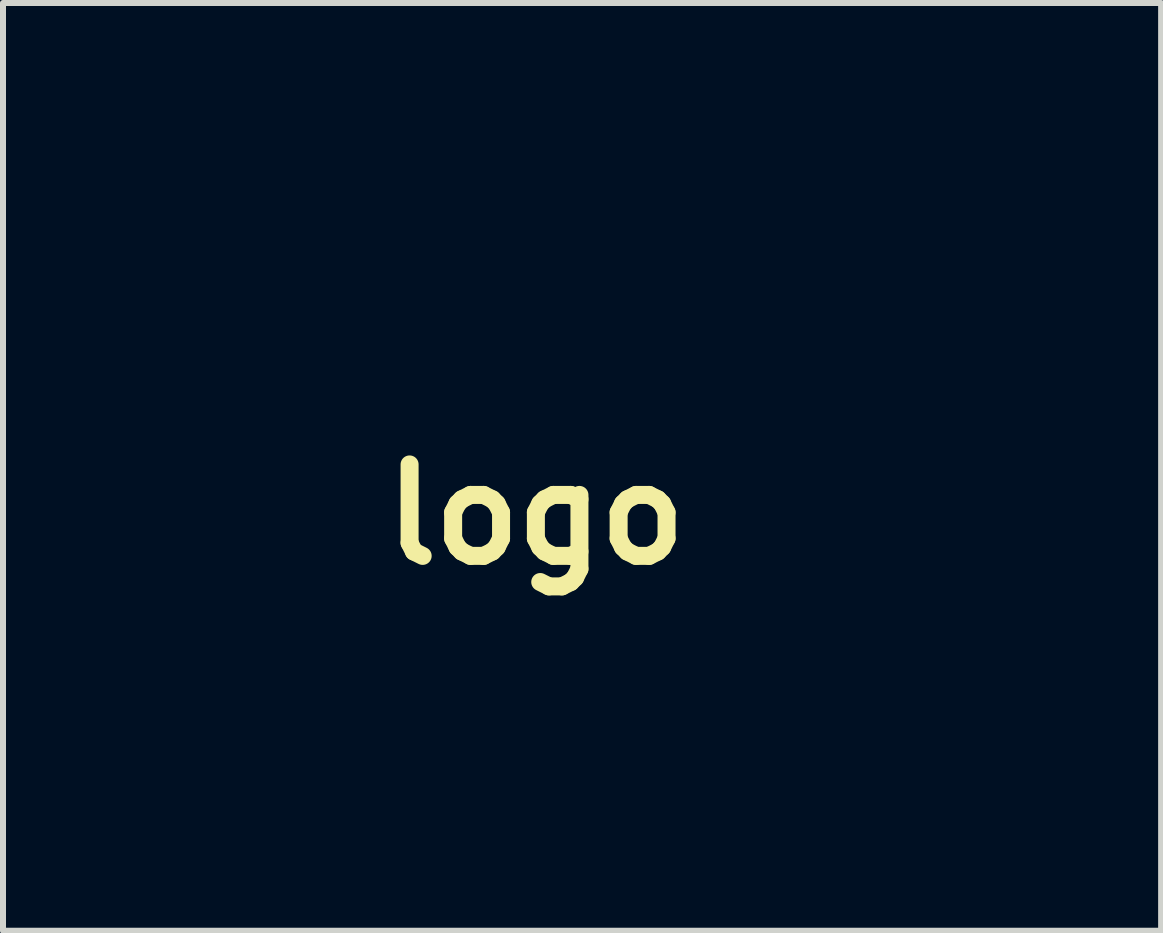
<source format=kicad_pcb>
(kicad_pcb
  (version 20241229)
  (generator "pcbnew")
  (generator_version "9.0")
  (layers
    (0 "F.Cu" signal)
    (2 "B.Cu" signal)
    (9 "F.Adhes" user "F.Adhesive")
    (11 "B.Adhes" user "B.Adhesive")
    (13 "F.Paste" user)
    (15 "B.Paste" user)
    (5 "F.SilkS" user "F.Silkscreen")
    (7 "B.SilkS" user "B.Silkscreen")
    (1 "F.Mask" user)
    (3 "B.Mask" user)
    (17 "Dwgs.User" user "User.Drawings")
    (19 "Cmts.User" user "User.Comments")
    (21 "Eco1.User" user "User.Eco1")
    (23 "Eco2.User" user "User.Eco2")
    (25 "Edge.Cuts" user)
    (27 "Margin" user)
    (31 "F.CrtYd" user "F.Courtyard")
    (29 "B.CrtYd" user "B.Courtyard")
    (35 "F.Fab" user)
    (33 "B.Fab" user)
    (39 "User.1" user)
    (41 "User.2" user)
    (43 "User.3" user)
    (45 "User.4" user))
  (footprint "logo"
    (layer "F.Cu")
    (at 5.88 5.524)
    (property "Reference" "logo" (at 0 0 0) (layer "F.SilkS") (effects (font (size 1.524 1.524) (thickness 0.3))))
    (attr through_hole)
    (fp_poly (pts (xy 5.453 0.377) (xy 5.456 0.405) (xy 5.453 0.408) (xy 5.437 0.405) (xy 5.436 0.393) (xy 5.445 0.374) (xy 5.453 0.377)) (stroke (width 0.01) (type solid)) (fill no) (layer "Eco2.User"))
    (fp_poly (pts (xy 6.113 -5.511) (xy 6.116 -5.484) (xy 6.113 -5.48) (xy 6.098 -5.483) (xy 6.096 -5.496) (xy 6.105 -5.515) (xy 6.113 -5.511)) (stroke (width 0.01) (type solid)) (fill no) (layer "Eco2.User"))
    (fp_poly (pts (xy 5.563 -5.507) (xy 5.587 -5.486) (xy 5.588 -5.483) (xy 5.568 -5.473) (xy 5.563 -5.473) (xy 5.538 -5.49) (xy 5.537 -5.497) (xy 5.553 -5.511) (xy 5.563 -5.507)) (stroke (width 0.01) (type solid)) (fill no) (layer "Eco2.User"))
    (fp_poly (pts (xy 5.842 -5.501) (xy 5.842 -5.496) (xy 5.822 -5.473) (xy 5.815 -5.473) (xy 5.8 -5.487) (xy 5.804 -5.496) (xy 5.827 -5.518) (xy 5.831 -5.519) (xy 5.842 -5.501)) (stroke (width 0.01) (type solid)) (fill no) (layer "Eco2.User"))
    (fp_poly (pts (xy 7.263 -5.479) (xy 7.264 -5.473) (xy 7.256 -5.45) (xy 7.253 -5.449) (xy 7.232 -5.466) (xy 7.226 -5.473) (xy 7.228 -5.494) (xy 7.237 -5.496) (xy 7.263 -5.479)) (stroke (width 0.01) (type solid)) (fill no) (layer "Eco2.User"))
    (fp_poly (pts (xy 7.413 -5.508) (xy 7.412 -5.494) (xy 7.38 -5.459) (xy 7.368 -5.454) (xy 7.344 -5.46) (xy 7.345 -5.474) (xy 7.378 -5.509) (xy 7.39 -5.514) (xy 7.413 -5.508)) (stroke (width 0.01) (type solid)) (fill no) (layer "Eco2.User"))
    (fp_poly (pts (xy -1.089 2.045) (xy -1.032 2.056) (xy -1 2.071) (xy -0.959 2.106) (xy -0.939 2.143) (xy -0.946 2.167) (xy -0.959 2.171) (xy -0.983 2.188) (xy -1.021 2.234) (xy -1.041 2.263) (xy -1.085 2.318) (xy -1.123 2.351) (xy -1.136 2.355) (xy -1.166 2.37) (xy -1.168 2.378) (xy -1.188 2.4) (xy -1.245 2.391) (xy -1.333 2.355) (xy -1.404 2.327) (xy -1.46 2.31) (xy -1.472 2.309) (xy -1.519 2.293) (xy -1.578 2.254) (xy -1.634 2.205) (xy -1.67 2.16) (xy -1.676 2.141) (xy -1.653 2.104) (xy -1.581 2.075) (xy -1.46 2.055) (xy -1.298 2.044) (xy -1.174 2.041) (xy -1.089 2.045)) (stroke (width 0.01) (type solid)) (fill no) (layer "Eco2.User"))
    (fp_poly (pts (xy -0.26 -4.684) (xy -0.166 -4.682) (xy 0.022 -4.675) (xy 0.174 -4.664) (xy 0.303 -4.647) (xy 0.424 -4.62) (xy 0.552 -4.581) (xy 0.648 -4.547) (xy 0.69 -4.533) (xy 0.769 -4.506) (xy 0.875 -4.471) (xy 0.997 -4.43) (xy 1.029 -4.42) (xy 1.151 -4.379) (xy 1.256 -4.342) (xy 1.335 -4.312) (xy 1.379 -4.294) (xy 1.383 -4.291) (xy 1.428 -4.274) (xy 1.448 -4.272) (xy 1.493 -4.261) (xy 1.573 -4.23) (xy 1.679 -4.184) (xy 1.803 -4.126) (xy 1.937 -4.062) (xy 2.071 -3.995) (xy 2.198 -3.929) (xy 2.309 -3.869) (xy 2.396 -3.818) (xy 2.449 -3.781) (xy 2.452 -3.779) (xy 2.489 -3.749) (xy 2.549 -3.704) (xy 2.578 -3.683) (xy 2.645 -3.632) (xy 2.7 -3.585) (xy 2.715 -3.571) (xy 2.76 -3.525) (xy 2.818 -3.47) (xy 2.826 -3.463) (xy 2.881 -3.407) (xy 2.948 -3.334) (xy 2.988 -3.286) (xy 3.041 -3.225) (xy 3.083 -3.18) (xy 3.101 -3.163) (xy 3.127 -3.131) (xy 3.159 -3.07) (xy 3.191 -2.996) (xy 3.215 -2.926) (xy 3.226 -2.874) (xy 3.226 -2.872) (xy 3.238 -2.808) (xy 3.261 -2.752) (xy 3.285 -2.703) (xy 3.319 -2.624) (xy 3.358 -2.528) (xy 3.375 -2.484) (xy 3.42 -2.379) (xy 3.468 -2.288) (xy 3.512 -2.224) (xy 3.522 -2.213) (xy 3.574 -2.168) (xy 3.598 -2.161) (xy 3.592 -2.192) (xy 3.557 -2.261) (xy 3.556 -2.263) (xy 3.502 -2.36) (xy 3.586 -2.344) (xy 3.751 -2.3) (xy 3.9 -2.226) (xy 3.924 -2.211) (xy 4.013 -2.147) (xy 4.107 -2.073) (xy 4.194 -1.995) (xy 4.266 -1.925) (xy 4.311 -1.87) (xy 4.32 -1.854) (xy 4.355 -1.813) (xy 4.403 -1.799) (xy 4.428 -1.807) (xy 4.452 -1.799) (xy 4.473 -1.786) (xy 4.519 -1.763) (xy 4.591 -1.74) (xy 4.613 -1.734) (xy 4.705 -1.703) (xy 4.796 -1.66) (xy 4.811 -1.651) (xy 4.872 -1.616) (xy 4.915 -1.595) (xy 4.924 -1.593) (xy 4.957 -1.574) (xy 5.002 -1.525) (xy 5.052 -1.458) (xy 5.097 -1.385) (xy 5.131 -1.318) (xy 5.141 -1.285) (xy 5.157 -1.213) (xy 5.171 -1.173) (xy 5.188 -1.154) (xy 5.19 -1.152) (xy 5.204 -1.121) (xy 5.212 -1.059) (xy 5.215 -0.983) (xy 5.212 -0.907) (xy 5.203 -0.848) (xy 5.199 -0.837) (xy 5.191 -0.798) (xy 5.215 -0.785) (xy 5.224 -0.785) (xy 5.282 -0.775) (xy 5.334 -0.755) (xy 5.399 -0.73) (xy 5.483 -0.701) (xy 5.509 -0.693) (xy 5.626 -0.642) (xy 5.723 -0.56) (xy 5.808 -0.44) (xy 5.825 -0.409) (xy 5.856 -0.346) (xy 5.877 -0.287) (xy 5.888 -0.219) (xy 5.894 -0.128) (xy 5.897 -0.032) (xy 5.897 0.079) (xy 5.893 0.181) (xy 5.887 0.26) (xy 5.882 0.295) (xy 5.85 0.364) (xy 5.804 0.398) (xy 5.75 0.393) (xy 5.726 0.376) (xy 5.663 0.346) (xy 5.556 0.332) (xy 5.533 0.331) (xy 5.449 0.329) (xy 5.405 0.335) (xy 5.387 0.351) (xy 5.385 0.368) (xy 5.404 0.413) (xy 5.444 0.454) (xy 5.496 0.512) (xy 5.545 0.602) (xy 5.586 0.712) (xy 5.614 0.828) (xy 5.624 0.935) (xy 5.617 1.058) (xy 5.6 1.176) (xy 5.574 1.275) (xy 5.543 1.344) (xy 5.533 1.357) (xy 5.498 1.4) (xy 5.452 1.465) (xy 5.429 1.501) (xy 5.389 1.552) (xy 5.322 1.626) (xy 5.236 1.712) (xy 5.141 1.804) (xy 5.045 1.893) (xy 4.957 1.972) (xy 4.885 2.03) (xy 4.841 2.06) (xy 4.815 2.069) (xy 4.805 2.054) (xy 4.81 2.006) (xy 4.814 1.979) (xy 4.82 1.903) (xy 4.806 1.863) (xy 4.803 1.86) (xy 4.783 1.828) (xy 4.775 1.774) (xy 4.771 1.712) (xy 4.758 1.627) (xy 4.752 1.593) (xy 4.805 1.593) (xy 4.809 1.626) (xy 4.817 1.622) (xy 4.821 1.575) (xy 4.817 1.564) (xy 4.808 1.562) (xy 4.805 1.593) (xy 4.752 1.593) (xy 4.746 1.556) (xy 4.729 1.489) (xy 4.775 1.489) (xy 4.788 1.501) (xy 4.801 1.489) (xy 4.788 1.478) (xy 4.775 1.489) (xy 4.729 1.489) (xy 4.725 1.47) (xy 4.698 1.413) (xy 4.655 1.367) (xy 4.617 1.338) (xy 4.518 1.266) (xy 4.535 1.412) (xy 4.545 1.49) (xy 4.552 1.547) (xy 4.555 1.57) (xy 4.554 1.617) (xy 4.543 1.694) (xy 4.526 1.787) (xy 4.505 1.881) (xy 4.483 1.961) (xy 4.473 1.991) (xy 4.447 2.061) (xy 4.43 2.114) (xy 4.426 2.131) (xy 4.412 2.18) (xy 4.375 2.255) (xy 4.324 2.343) (xy 4.265 2.434) (xy 4.206 2.514) (xy 4.157 2.57) (xy 4.088 2.632) (xy 4.035 2.669) (xy 4.004 2.68) (xy 3.999 2.661) (xy 4.012 2.634) (xy 4.034 2.579) (xy 4.033 2.516) (xy 4.008 2.436) (xy 3.957 2.332) (xy 3.923 2.27) (xy 3.791 2.058) (xy 3.662 1.887) (xy 3.537 1.757) (xy 3.419 1.669) (xy 3.307 1.625) (xy 3.23 1.621) (xy 3.162 1.628) (xy 3.166 1.824) (xy 3.168 1.934) (xy 3.171 2.069) (xy 3.174 2.208) (xy 3.176 2.286) (xy 3.171 2.489) (xy 3.149 2.7) (xy 3.111 2.907) (xy 3.06 3.1) (xy 3 3.266) (xy 2.957 3.351) (xy 2.928 3.393) (xy 2.879 3.453) (xy 2.819 3.522) (xy 2.756 3.592) (xy 2.698 3.652) (xy 2.652 3.696) (xy 2.629 3.713) (xy 2.627 3.712) (xy 2.63 3.688) (xy 2.647 3.635) (xy 2.66 3.6) (xy 2.678 3.549) (xy 2.687 3.503) (xy 2.686 3.45) (xy 2.676 3.377) (xy 2.656 3.271) (xy 2.655 3.266) (xy 2.633 3.167) (xy 2.629 3.152) (xy 2.845 3.152) (xy 2.857 3.163) (xy 2.87 3.152) (xy 2.857 3.14) (xy 2.845 3.152) (xy 2.629 3.152) (xy 2.612 3.085) (xy 2.595 3.03) (xy 2.587 3.015) (xy 2.568 2.974) (xy 2.565 2.95) (xy 2.555 2.906) (xy 2.528 2.832) (xy 2.489 2.738) (xy 2.443 2.637) (xy 2.396 2.54) (xy 2.352 2.458) (xy 2.318 2.404) (xy 2.281 2.347) (xy 2.262 2.302) (xy 2.261 2.294) (xy 2.248 2.266) (xy 2.239 2.263) (xy 2.214 2.244) (xy 2.183 2.2) (xy 2.183 2.199) (xy 2.145 2.14) (xy 2.093 2.071) (xy 2.077 2.052) (xy 2.035 1.997) (xy 2.01 1.955) (xy 2.007 1.945) (xy 1.989 1.912) (xy 1.972 1.896) (xy 1.94 1.886) (xy 1.905 1.909) (xy 1.883 1.933) (xy 1.835 1.993) (xy 1.784 2.06) (xy 1.74 2.121) (xy 1.71 2.167) (xy 1.702 2.183) (xy 1.686 2.209) (xy 1.647 2.254) (xy 1.598 2.302) (xy 1.565 2.33) (xy 1.536 2.354) (xy 1.499 2.386) (xy 1.45 2.434) (xy 1.381 2.502) (xy 1.287 2.596) (xy 1.254 2.629) (xy 1.181 2.697) (xy 1.109 2.754) (xy 1.055 2.788) (xy 0.994 2.821) (xy 0.953 2.852) (xy 0.953 2.853) (xy 0.912 2.884) (xy 0.826 2.933) (xy 0.695 3) (xy 0.521 3.085) (xy 0.443 3.124) (xy 0.38 3.158) (xy 0.356 3.174) (xy 0.316 3.195) (xy 0.242 3.228) (xy 0.146 3.266) (xy 0.089 3.288) (xy -0.044 3.332) (xy -0.184 3.368) (xy -0.32 3.394) (xy -0.439 3.408) (xy -0.532 3.408) (xy -0.578 3.398) (xy -0.628 3.383) (xy -0.707 3.367) (xy -0.756 3.36) (xy -0.863 3.338) (xy -0.935 3.303) (xy -0.965 3.259) (xy -0.965 3.253) (xy -0.956 3.234) (xy -0.92 3.219) (xy -0.85 3.207) (xy -0.793 3.2) (xy -0.693 3.182) (xy -0.621 3.155) (xy -0.586 3.124) (xy -0.584 3.116) (xy -0.564 3.097) (xy -0.546 3.094) (xy -0.512 3.08) (xy -0.508 3.069) (xy -0.491 3.041) (xy -0.446 2.992) (xy -0.381 2.93) (xy -0.363 2.913) (xy -0.285 2.84) (xy -0.214 2.768) (xy -0.164 2.712) (xy -0.16 2.707) (xy -0.103 2.632) (xy -0.172 2.647) (xy -0.238 2.668) (xy -0.279 2.69) (xy -0.325 2.715) (xy -0.407 2.75) (xy -0.512 2.792) (xy -0.628 2.835) (xy -0.742 2.875) (xy -0.843 2.908) (xy -0.917 2.928) (xy -1.015 2.947) (xy -1.128 2.962) (xy -1.171 2.967) (xy -1.232 2.97) (xy -1.286 2.967) (xy -1.343 2.954) (xy -1.415 2.927) (xy -1.515 2.883) (xy -1.584 2.852) (xy -1.696 2.802) (xy -1.794 2.762) (xy -1.869 2.735) (xy -1.91 2.725) (xy -1.96 2.719) (xy -2.041 2.706) (xy -2.129 2.688) (xy -2.232 2.665) (xy -2.328 2.645) (xy -2.388 2.632) (xy -2.533 2.599) (xy -2.653 2.566) (xy -2.767 2.527) (xy -2.897 2.475) (xy -2.966 2.445) (xy -3.073 2.4) (xy -3.165 2.363) (xy -3.232 2.339) (xy -3.261 2.332) (xy -3.288 2.339) (xy -3.307 2.363) (xy -3.321 2.413) (xy -3.333 2.496) (xy -3.342 2.593) (xy -3.344 2.71) (xy -3.336 2.845) (xy -3.319 2.984) (xy -3.295 3.112) (xy -3.266 3.215) (xy -3.254 3.244) (xy -3.223 3.312) (xy -3.178 3.42) (xy -3.123 3.552) (xy -3.088 3.613) (xy -3.034 3.688) (xy -2.995 3.735) (xy -2.945 3.793) (xy -2.914 3.838) (xy -2.908 3.855) (xy -2.937 3.866) (xy -2.995 3.875) (xy -3 3.875) (xy -3.066 3.884) (xy -3.109 3.9) (xy -3.11 3.9) (xy -3.159 3.916) (xy -3.246 3.927) (xy -3.36 3.932) (xy -3.488 3.931) (xy -3.607 3.924) (xy -3.724 3.91) (xy -3.855 3.89) (xy -3.989 3.864) (xy -4.114 3.837) (xy -4.219 3.809) (xy -4.292 3.785) (xy -4.316 3.772) (xy -4.455 3.663) (xy -4.558 3.575) (xy -4.628 3.504) (xy -4.66 3.464) (xy -4.717 3.364) (xy -4.768 3.251) (xy -4.77 3.244) (xy -4.013 3.244) (xy -4 3.256) (xy -3.988 3.244) (xy -4 3.233) (xy -4.013 3.244) (xy -4.77 3.244) (xy -4.803 3.143) (xy -4.806 3.132) (xy -4.089 3.132) (xy -4.077 3.166) (xy -4.052 3.179) (xy -4.042 3.175) (xy -4.046 3.151) (xy -4.059 3.135) (xy -4.085 3.122) (xy -4.089 3.132) (xy -4.806 3.132) (xy -4.814 3.087) (xy -4.825 3.017) (xy -4.138 3.017) (xy -4.124 3.059) (xy -4.106 3.085) (xy -4.097 3.085) (xy -4.098 3.06) (xy -4.112 3.032) (xy -4.134 3.005) (xy -4.138 3.017) (xy -4.825 3.017) (xy -4.825 3.017) (xy -4.841 2.932) (xy -4.843 2.923) (xy -4.162 2.923) (xy -4.149 2.959) (xy -4.131 2.979) (xy -4.131 2.979) (xy -4.127 2.96) (xy -4.133 2.932) (xy -4.149 2.899) (xy -4.159 2.896) (xy -4.162 2.923) (xy -4.843 2.923) (xy -4.846 2.908) (xy -4.851 2.869) (xy -3.799 2.869) (xy -3.79 2.91) (xy -3.773 2.967) (xy -3.764 2.913) (xy -3.763 2.866) (xy -3.77 2.846) (xy -3.792 2.84) (xy -3.799 2.869) (xy -4.851 2.869) (xy -4.854 2.84) (xy -4.166 2.84) (xy -4.156 2.859) (xy -4.149 2.856) (xy -4.146 2.828) (xy -4.149 2.825) (xy -4.164 2.828) (xy -4.166 2.84) (xy -4.854 2.84) (xy -4.858 2.816) (xy -4.86 2.759) (xy -3.805 2.759) (xy -3.802 2.799) (xy -3.794 2.802) (xy -3.793 2.8) (xy -3.788 2.754) (xy -3.792 2.731) (xy -3.8 2.722) (xy -3.805 2.752) (xy -3.805 2.759) (xy -4.86 2.759) (xy -4.862 2.702) (xy -4.166 2.702) (xy -4.156 2.721) (xy -4.149 2.717) (xy -4.146 2.69) (xy -4.149 2.686) (xy -4.164 2.689) (xy -4.166 2.702) (xy -4.862 2.702) (xy -4.863 2.688) (xy -4.861 2.535) (xy -4.854 2.366) (xy -4.846 2.249) (xy -4.341 2.249) (xy -4.337 2.279) (xy -4.328 2.28) (xy -4.322 2.249) (xy -4.326 2.235) (xy -4.337 2.227) (xy -4.341 2.249) (xy -4.846 2.249) (xy -4.842 2.192) (xy -4.824 2.022) (xy -4.802 1.867) (xy -4.801 1.859) (xy -4.782 1.744) (xy -4.767 1.647) (xy -3.421 1.647) (xy -3.417 1.661) (xy -3.404 1.663) (xy -3.383 1.654) (xy -3.387 1.647) (xy -3.417 1.644) (xy -3.421 1.647) (xy -4.767 1.647) (xy -4.762 1.616) (xy -4.75 1.535) (xy -4.737 1.449) (xy -4.723 1.379) (xy -4.713 1.339) (xy -4.713 1.339) (xy -4.723 1.304) (xy -4.772 1.275) (xy -4.802 1.258) (xy -3.886 1.258) (xy -3.873 1.27) (xy -3.861 1.258) (xy -3.873 1.247) (xy -3.886 1.258) (xy -4.802 1.258) (xy -4.85 1.232) (xy -4.951 1.16) (xy -5.068 1.065) (xy -5.192 0.953) (xy -5.316 0.831) (xy -5.38 0.764) (xy -5.442 0.697) (xy -5.494 0.642) (xy -5.524 0.611) (xy -5.524 0.61) (xy -5.545 0.579) (xy -5.58 0.518) (xy -5.623 0.438) (xy -5.668 0.351) (xy -5.709 0.268) (xy -5.712 0.261) (xy -4.002 0.261) (xy -3.994 0.297) (xy -3.973 0.36) (xy -3.936 0.457) (xy -3.911 0.52) (xy -3.853 0.669) (xy -3.807 0.782) (xy -3.771 0.868) (xy -3.739 0.934) (xy -3.708 0.987) (xy -3.676 1.037) (xy -3.653 1.068) (xy -3.599 1.142) (xy -3.529 1.239) (xy -3.454 1.342) (xy -3.418 1.392) (xy -3.341 1.492) (xy -3.257 1.593) (xy -3.179 1.676) (xy -3.148 1.706) (xy -3.085 1.764) (xy -3.04 1.809) (xy -3.023 1.832) (xy -3.023 1.833) (xy -3.042 1.845) (xy -3.101 1.843) (xy -3.203 1.825) (xy -3.27 1.81) (xy -3.355 1.793) (xy -3.418 1.784) (xy -3.446 1.785) (xy -3.448 1.813) (xy -3.441 1.871) (xy -3.43 1.924) (xy -3.388 2.04) (xy -3.312 2.143) (xy -3.302 2.153) (xy -3.231 2.215) (xy -3.14 2.277) (xy -3.046 2.33) (xy -2.961 2.366) (xy -2.904 2.378) (xy -2.854 2.389) (xy -2.811 2.406) (xy -2.759 2.429) (xy -2.731 2.438) (xy -2.694 2.446) (xy -2.625 2.463) (xy -2.553 2.481) (xy -2.463 2.503) (xy -2.387 2.52) (xy -2.349 2.528) (xy -2.284 2.54) (xy -2.235 2.551) (xy -2.174 2.563) (xy -2.086 2.577) (xy -2.031 2.585) (xy -1.914 2.604) (xy -1.803 2.628) (xy -1.71 2.653) (xy -1.65 2.676) (xy -1.64 2.682) (xy -1.594 2.7) (xy -1.576 2.702) (xy -1.527 2.712) (xy -1.464 2.738) (xy -1.46 2.74) (xy -1.388 2.772) (xy -1.299 2.807) (xy -1.272 2.817) (xy -1.216 2.836) (xy -1.171 2.844) (xy -1.123 2.841) (xy -1.057 2.825) (xy -0.958 2.796) (xy -0.946 2.792) (xy -0.838 2.756) (xy -0.738 2.719) (xy -0.663 2.687) (xy -0.649 2.68) (xy -0.587 2.649) (xy -0.538 2.633) (xy -0.532 2.632) (xy -0.491 2.623) (xy -0.423 2.6) (xy -0.383 2.584) (xy -0.258 2.532) (xy -0.166 2.495) (xy -0.096 2.469) (xy -0.036 2.448) (xy 0.035 2.405) (xy 0.094 2.324) (xy 0.097 2.319) (xy 0.129 2.252) (xy 0.143 2.217) (xy 1.094 2.217) (xy 1.097 2.24) (xy 1.114 2.223) (xy 1.119 2.217) (xy 1.149 2.172) (xy 1.184 2.113) (xy 1.184 2.113) (xy 1.223 2.044) (xy 1.159 2.113) (xy 1.117 2.166) (xy 1.094 2.21) (xy 1.094 2.217) (xy 0.143 2.217) (xy 0.149 2.2) (xy 0.152 2.184) (xy 0.17 2.145) (xy 0.193 2.123) (xy 0.247 2.062) (xy 0.305 1.962) (xy 0.363 1.831) (xy 0.42 1.675) (xy 0.437 1.617) (xy 2.566 1.617) (xy 2.581 1.654) (xy 2.615 1.716) (xy 2.625 1.733) (xy 2.7 1.891) (xy 2.756 2.075) (xy 2.788 2.266) (xy 2.794 2.379) (xy 2.798 2.459) (xy 2.808 2.501) (xy 2.819 2.505) (xy 2.834 2.476) (xy 2.843 2.416) (xy 2.844 2.371) (xy 2.834 2.248) (xy 2.807 2.112) (xy 2.767 1.972) (xy 2.717 1.841) (xy 2.662 1.727) (xy 2.605 1.643) (xy 2.573 1.612) (xy 2.566 1.617) (xy 0.437 1.617) (xy 0.441 1.605) (xy 1.854 1.605) (xy 1.867 1.616) (xy 1.88 1.605) (xy 1.867 1.593) (xy 1.854 1.605) (xy 0.441 1.605) (xy 0.455 1.559) (xy 1.883 1.559) (xy 1.89 1.562) (xy 1.892 1.559) (xy 2.515 1.559) (xy 2.527 1.57) (xy 2.54 1.559) (xy 2.527 1.547) (xy 2.515 1.559) (xy 1.892 1.559) (xy 1.908 1.532) (xy 1.933 1.481) (xy 1.959 1.418) (xy 1.981 1.355) (xy 1.995 1.303) (xy 1.997 1.293) (xy 1.997 1.266) (xy 1.984 1.283) (xy 1.957 1.343) (xy 1.945 1.374) (xy 1.914 1.455) (xy 1.892 1.521) (xy 1.883 1.557) (xy 1.883 1.559) (xy 0.455 1.559) (xy 0.472 1.503) (xy 0.518 1.32) (xy 0.554 1.134) (xy 0.558 1.108) (xy 3.658 1.108) (xy 3.668 1.124) (xy 3.704 1.163) (xy 3.758 1.219) (xy 3.82 1.281) (xy 3.883 1.342) (xy 3.937 1.392) (xy 3.973 1.424) (xy 3.982 1.43) (xy 3.978 1.414) (xy 3.965 1.389) (xy 3.935 1.352) (xy 3.882 1.298) (xy 3.819 1.237) (xy 3.766 1.189) (xy 4.013 1.189) (xy 4.026 1.201) (xy 4.039 1.189) (xy 4.026 1.178) (xy 4.013 1.189) (xy 3.766 1.189) (xy 3.754 1.178) (xy 3.698 1.133) (xy 3.671 1.115) (xy 3.966 1.115) (xy 3.973 1.128) (xy 3.998 1.153) (xy 4.013 1.148) (xy 4.013 1.144) (xy 3.995 1.125) (xy 3.984 1.118) (xy 3.966 1.115) (xy 3.671 1.115) (xy 3.663 1.11) (xy 3.658 1.108) (xy 0.558 1.108) (xy 0.564 1.074) (xy 3.912 1.074) (xy 3.924 1.085) (xy 3.937 1.074) (xy 3.924 1.062) (xy 3.912 1.074) (xy 0.564 1.074) (xy 0.567 1.051) (xy 1.219 1.051) (xy 1.232 1.062) (xy 1.245 1.051) (xy 1.232 1.039) (xy 1.219 1.051) (xy 0.567 1.051) (xy 0.571 1.028) (xy 0.574 1.004) (xy 1.245 1.004) (xy 1.269 0.924) (xy 1.281 0.868) (xy 4.99 0.868) (xy 5.004 0.889) (xy 5.034 0.918) (xy 5.044 0.924) (xy 5.044 0.906) (xy 5.038 0.889) (xy 5.012 0.858) (xy 4.998 0.854) (xy 4.99 0.868) (xy 1.281 0.868) (xy 1.282 0.862) (xy 1.296 0.771) (xy 1.307 0.67) (xy 1.308 0.652) (xy 1.312 0.587) (xy 4.656 0.587) (xy 4.677 0.608) (xy 4.728 0.65) (xy 4.813 0.719) (xy 4.82 0.724) (xy 4.901 0.786) (xy 4.952 0.82) (xy 4.972 0.827) (xy 4.956 0.806) (xy 4.904 0.757) (xy 4.867 0.726) (xy 4.794 0.668) (xy 4.728 0.62) (xy 4.689 0.597) (xy 4.662 0.585) (xy 4.656 0.587) (xy 1.312 0.587) (xy 1.314 0.544) (xy 1.31 0.481) (xy 1.297 0.462) (xy 1.282 0.484) (xy 1.273 0.546) (xy 1.27 0.641) (xy 1.268 0.742) (xy 1.264 0.839) (xy 1.258 0.91) (xy 1.257 0.912) (xy 1.245 1.004) (xy 0.574 1.004) (xy 0.583 0.936) (xy 0.595 0.846) (xy 0.599 0.82) (xy 0.601 0.739) (xy 0.59 0.646) (xy 0.583 0.612) (xy 0.542 0.443) (xy 0.537 0.423) (xy 1.278 0.423) (xy 1.282 0.437) (xy 1.295 0.439) (xy 1.316 0.43) (xy 1.312 0.423) (xy 1.282 0.421) (xy 1.278 0.423) (xy 0.537 0.423) (xy 0.511 0.323) (xy 1.274 0.323) (xy 1.278 0.356) (xy 1.287 0.352) (xy 1.29 0.305) (xy 1.287 0.294) (xy 1.278 0.292) (xy 1.274 0.323) (xy 0.511 0.323) (xy 0.509 0.315) (xy 0.499 0.277) (xy 2.261 0.277) (xy 2.27 0.296) (xy 2.278 0.292) (xy 2.281 0.265) (xy 2.278 0.262) (xy 2.262 0.265) (xy 2.261 0.277) (xy 0.499 0.277) (xy 0.484 0.223) (xy 0.47 0.173) (xy 1.245 0.173) (xy 1.257 0.185) (xy 1.27 0.173) (xy 1.257 0.162) (xy 1.245 0.173) (xy 0.47 0.173) (xy 0.466 0.161) (xy 0.46 0.143) (xy 3.076 0.143) (xy 3.089 0.153) (xy 3.111 0.162) (xy 3.169 0.181) (xy 3.199 0.178) (xy 3.211 0.165) (xy 3.201 0.141) (xy 3.16 0.104) (xy 3.142 0.092) (xy 3.092 0.06) (xy 3.079 0.055) (xy 3.097 0.076) (xy 3.109 0.088) (xy 3.141 0.124) (xy 3.14 0.137) (xy 3.109 0.14) (xy 3.076 0.143) (xy 0.46 0.143) (xy 0.458 0.139) (xy 0.439 0.085) (xy 0.437 0.081) (xy 2.921 0.081) (xy 2.934 0.092) (xy 2.946 0.081) (xy 2.934 0.069) (xy 2.921 0.081) (xy 0.437 0.081) (xy 0.412 0.006) (xy 0.402 -0.023) (xy 2.77 -0.023) (xy 2.777 -0.011) (xy 2.791 0.006) (xy 2.828 0.042) (xy 2.844 0.042) (xy 2.845 0.037) (xy 2.842 0.035) (xy 3.023 0.035) (xy 3.035 0.046) (xy 3.048 0.035) (xy 3.035 0.023) (xy 3.023 0.035) (xy 2.842 0.035) (xy 2.827 0.018) (xy 2.8 -0.003) (xy 2.77 -0.023) (xy 0.402 -0.023) (xy 0.392 -0.052) (xy 0.388 -0.062) (xy 2.701 -0.062) (xy 2.704 -0.048) (xy 2.718 -0.046) (xy 2.739 -0.055) (xy 2.735 -0.062) (xy 2.723 -0.063) (xy 2.925 -0.063) (xy 2.931 -0.05) (xy 2.957 -0.025) (xy 2.972 -0.03) (xy 2.972 -0.033) (xy 2.954 -0.053) (xy 2.942 -0.06) (xy 2.925 -0.063) (xy 2.723 -0.063) (xy 2.705 -0.064) (xy 2.701 -0.062) (xy 0.388 -0.062) (xy 0.37 -0.108) (xy 2.65 -0.108) (xy 2.654 -0.094) (xy 2.667 -0.092) (xy 2.688 -0.101) (xy 2.684 -0.108) (xy 2.654 -0.111) (xy 2.65 -0.108) (xy 0.37 -0.108) (xy 0.36 -0.134) (xy 0.348 -0.15) (xy 2.616 -0.15) (xy 2.629 -0.139) (xy 2.642 -0.15) (xy 2.819 -0.15) (xy 2.832 -0.139) (xy 2.845 -0.15) (xy 2.832 -0.162) (xy 2.819 -0.15) (xy 2.642 -0.15) (xy 2.629 -0.162) (xy 2.616 -0.15) (xy 0.348 -0.15) (xy 0.329 -0.176) (xy 0.305 -0.185) (xy 0.239 -0.18) (xy 0.155 -0.167) (xy 0.07 -0.149) (xy 0.001 -0.131) (xy -0.035 -0.116) (xy -0.037 -0.083) (xy -0.006 -0.024) (xy 0.014 0.005) (xy 0.1 0.126) (xy 0.162 0.232) (xy 0.206 0.335) (xy 0.236 0.45) (xy 0.258 0.589) (xy 0.27 0.696) (xy 0.276 0.804) (xy 0.27 0.887) (xy 0.25 0.963) (xy 0.24 0.991) (xy 0.193 1.109) (xy -0.902 1.097) (xy -0.91 1.041) (xy -0.928 0.99) (xy -0.963 0.918) (xy -0.994 0.864) (xy -1.033 0.797) (xy -1.057 0.745) (xy -1.062 0.724) (xy -1.069 0.691) (xy -1.087 0.653) (xy -1.109 0.598) (xy -1.126 0.523) (xy -1.128 0.503) (xy -1.135 0.438) (xy -1.14 0.393) (xy -1.14 0.386) (xy -1.16 0.378) (xy -1.207 0.402) (xy -1.276 0.455) (xy -1.34 0.51) (xy -1.448 0.609) (xy -1.448 0.534) (xy -1.454 0.486) (xy -1.471 0.472) (xy -1.473 0.473) (xy -1.497 0.479) (xy -1.488 0.451) (xy -1.449 0.394) (xy -1.441 0.385) (xy -1.404 0.335) (xy -1.384 0.304) (xy -1.382 0.3) (xy -1.351 0.245) (xy -1.283 0.177) (xy -1.184 0.1) (xy -1.062 0.021) (xy -0.927 -0.055) (xy -0.785 -0.122) (xy -0.775 -0.126) (xy -0.657 -0.176) (xy -0.606 -0.196) (xy 2.565 -0.196) (xy 2.578 -0.185) (xy 2.591 -0.196) (xy 2.769 -0.196) (xy 2.781 -0.185) (xy 2.794 -0.196) (xy 2.781 -0.208) (xy 2.769 -0.196) (xy 2.591 -0.196) (xy 2.578 -0.208) (xy 2.565 -0.196) (xy -0.606 -0.196) (xy -0.572 -0.21) (xy -0.507 -0.234) (xy -0.45 -0.252) (xy -0.401 -0.266) (xy 3.15 -0.266) (xy 3.162 -0.254) (xy 3.175 -0.266) (xy 3.226 -0.266) (xy 3.239 -0.254) (xy 3.251 -0.266) (xy 3.327 -0.266) (xy 3.34 -0.254) (xy 3.353 -0.266) (xy 3.34 -0.277) (xy 3.327 -0.266) (xy 3.251 -0.266) (xy 3.239 -0.277) (xy 3.226 -0.266) (xy 3.175 -0.266) (xy 3.162 -0.277) (xy 3.15 -0.266) (xy -0.401 -0.266) (xy -0.388 -0.269) (xy -0.356 -0.277) (xy -0.314 -0.289) (xy 3.073 -0.289) (xy 3.086 -0.277) (xy 3.099 -0.289) (xy 3.086 -0.3) (xy 3.073 -0.289) (xy -0.314 -0.289) (xy -0.23 -0.312) (xy 2.692 -0.312) (xy 2.705 -0.3) (xy 2.718 -0.312) (xy 2.714 -0.316) (xy 2.955 -0.316) (xy 2.958 -0.302) (xy 2.972 -0.3) (xy 2.993 -0.309) (xy 2.989 -0.316) (xy 2.959 -0.318) (xy 2.955 -0.316) (xy 2.714 -0.316) (xy 2.705 -0.323) (xy 2.692 -0.312) (xy -0.23 -0.312) (xy -0.222 -0.314) (xy -0.162 -0.335) (xy 2.87 -0.335) (xy 2.883 -0.323) (xy 2.896 -0.335) (xy 2.883 -0.346) (xy 2.87 -0.335) (xy -0.162 -0.335) (xy -0.125 -0.348) (xy -0.104 -0.358) (xy 2.819 -0.358) (xy 2.832 -0.346) (xy 2.845 -0.358) (xy 2.832 -0.369) (xy 2.819 -0.358) (xy -0.104 -0.358) (xy -0.067 -0.376) (xy -0.064 -0.381) (xy 2.718 -0.381) (xy 2.731 -0.369) (xy 2.743 -0.381) (xy 2.731 -0.393) (xy 2.718 -0.381) (xy -0.064 -0.381) (xy -0.051 -0.399) (xy -0.062 -0.404) (xy 2.642 -0.404) (xy 2.654 -0.393) (xy 2.667 -0.404) (xy 2.654 -0.416) (xy 2.642 -0.404) (xy -0.062 -0.404) (xy -0.08 -0.413) (xy -0.131 -0.417) (xy -0.341 -0.423) (xy -0.508 -0.428) (xy -0.64 -0.434) (xy -0.744 -0.442) (xy -0.828 -0.451) (xy -0.901 -0.463) (xy -0.953 -0.474) (xy -1.041 -0.496) (xy -1.109 -0.516) (xy -1.142 -0.529) (xy -1.143 -0.53) (xy -1.173 -0.545) (xy -1.234 -0.565) (xy -1.264 -0.574) (xy -1.283 -0.58) (xy 0.077 -0.58) (xy 0.085 -0.513) (xy 0.103 -0.438) (xy 0.133 -0.406) (xy 0.166 -0.408) (xy 0.199 -0.425) (xy 0.203 -0.432) (xy 0.188 -0.455) (xy 0.152 -0.499) (xy 0.14 -0.512) (xy 0.077 -0.58) (xy -1.283 -0.58) (xy -1.329 -0.596) (xy -1.367 -0.618) (xy -1.372 -0.626) (xy -1.39 -0.642) (xy -1.403 -0.64) (xy -1.445 -0.643) (xy -1.508 -0.664) (xy -1.529 -0.673) (xy -1.606 -0.701) (xy -1.675 -0.715) (xy -1.687 -0.716) (xy -1.753 -0.704) (xy -1.838 -0.672) (xy -1.931 -0.627) (xy -2.024 -0.574) (xy -2.105 -0.52) (xy -2.165 -0.469) (xy -2.193 -0.429) (xy -2.193 -0.416) (xy -2.175 -0.373) (xy -2.15 -0.308) (xy -2.142 -0.289) (xy -2.106 -0.204) (xy -2.064 -0.117) (xy -2.057 -0.104) (xy -2.022 -0.031) (xy -1.997 0.036) (xy -1.992 0.05) (xy -1.962 0.113) (xy -1.928 0.152) (xy -1.891 0.19) (xy -1.88 0.213) (xy -1.864 0.244) (xy -1.825 0.296) (xy -1.771 0.358) (xy -1.715 0.417) (xy -1.666 0.463) (xy -1.635 0.483) (xy -1.633 0.484) (xy -1.594 0.499) (xy -1.593 0.53) (xy -1.621 0.552) (xy -1.66 0.559) (xy -1.722 0.552) (xy -1.817 0.528) (xy -1.895 0.505) (xy -1.998 0.471) (xy -2.084 0.44) (xy -2.141 0.416) (xy -2.155 0.409) (xy -2.172 0.403) (xy -2.166 0.432) (xy -2.147 0.474) (xy -2.116 0.536) (xy -2.088 0.58) (xy -2.081 0.588) (xy -2.058 0.621) (xy -2.074 0.637) (xy -2.12 0.636) (xy -2.189 0.618) (xy -2.261 0.589) (xy -2.331 0.555) (xy -2.425 0.511) (xy -2.502 0.474) (xy -2.68 0.385) (xy -2.82 0.302) (xy -2.934 0.219) (xy -2.951 0.205) (xy -3.021 0.146) (xy -3.088 0.091) (xy -3.107 0.075) (xy -3.161 0.019) (xy -3.212 -0.052) (xy -3.221 -0.066) (xy -3.249 -0.109) (xy -2.409 -0.109) (xy -2.403 -0.096) (xy -2.377 -0.071) (xy -2.362 -0.076) (xy -2.362 -0.079) (xy -2.38 -0.099) (xy -2.392 -0.106) (xy -2.409 -0.109) (xy -3.249 -0.109) (xy -3.27 -0.139) (xy -3.324 -0.205) (xy -3.333 -0.215) (xy -3.382 -0.277) (xy -3.423 -0.355) (xy -3.429 -0.37) (xy -3.467 -0.445) (xy -3.515 -0.497) (xy -3.563 -0.517) (xy -3.593 -0.509) (xy -3.637 -0.5) (xy -3.656 -0.507) (xy -3.698 -0.508) (xy -3.739 -0.473) (xy -3.767 -0.413) (xy -3.78 -0.327) (xy -3.778 -0.226) (xy -3.765 -0.125) (xy -3.74 -0.036) (xy -3.705 0.029) (xy -3.679 0.051) (xy -3.639 0.066) (xy -3.565 0.088) (xy -3.473 0.114) (xy -3.467 0.116) (xy -3.362 0.148) (xy -3.262 0.187) (xy -3.195 0.22) (xy -3.129 0.255) (xy -3.077 0.275) (xy -3.065 0.277) (xy -3.016 0.292) (xy -2.951 0.331) (xy -2.88 0.387) (xy -2.811 0.45) (xy -2.752 0.512) (xy -2.714 0.566) (xy -2.705 0.602) (xy -2.709 0.608) (xy -2.709 0.635) (xy -2.693 0.69) (xy -2.68 0.721) (xy -2.635 0.844) (xy -2.612 0.966) (xy -2.606 1.061) (xy -2.603 1.163) (xy -2.802 1.252) (xy -2.902 1.295) (xy -2.994 1.33) (xy -3.06 1.351) (xy -3.073 1.354) (xy -3.097 1.358) (xy -3.118 1.356) (xy -3.138 1.344) (xy -3.162 1.318) (xy -3.191 1.273) (xy -3.229 1.205) (xy -3.278 1.109) (xy -3.341 0.981) (xy -3.421 0.817) (xy -3.448 0.762) (xy -3.521 0.623) (xy -3.598 0.502) (xy -3.672 0.404) (xy -3.74 0.335) (xy -3.796 0.302) (xy -3.811 0.3) (xy -3.857 0.29) (xy -3.872 0.28) (xy -3.905 0.26) (xy -3.95 0.248) (xy -3.979 0.244) (xy -3.997 0.246) (xy -4.002 0.261) (xy -5.712 0.261) (xy -5.739 0.202) (xy -5.741 0.196) (xy -5.781 0.098) (xy -5.802 0.035) (xy -4.191 0.035) (xy -4.178 0.046) (xy -4.166 0.035) (xy -4.178 0.023) (xy -4.191 0.035) (xy -5.802 0.035) (xy -5.809 0.016) (xy -5.828 -0.064) (xy -5.842 -0.155) (xy -5.843 -0.173) (xy -5.41 -0.173) (xy -5.397 -0.162) (xy -5.385 -0.173) (xy -5.397 -0.185) (xy -5.41 -0.173) (xy -5.843 -0.173) (xy -5.85 -0.242) (xy -5.436 -0.242) (xy -5.423 -0.231) (xy -5.41 -0.242) (xy -5.423 -0.254) (xy -5.436 -0.242) (xy -5.85 -0.242) (xy -5.852 -0.27) (xy -5.859 -0.375) (xy -5.86 -0.393) (xy -5.436 -0.393) (xy -5.426 -0.374) (xy -5.419 -0.377) (xy -5.416 -0.405) (xy -5.419 -0.408) (xy -5.434 -0.405) (xy -5.436 -0.393) (xy -5.86 -0.393) (xy -5.868 -0.515) (xy -5.87 -0.559) (xy -4.133 -0.559) (xy -4.128 -0.465) (xy -4.126 -0.45) (xy -4.115 -0.389) (xy -4.105 -0.351) (xy -4.103 -0.346) (xy -4.1 -0.368) (xy -4.098 -0.424) (xy -4.096 -0.506) (xy -4.096 -0.538) (xy -4.094 -0.635) (xy -4.092 -0.673) (xy -3.796 -0.673) (xy -3.795 -0.617) (xy -3.792 -0.608) (xy -3.771 -0.597) (xy -3.729 -0.624) (xy -3.725 -0.627) (xy -3.663 -0.67) (xy -3.611 -0.695) (xy -3.572 -0.716) (xy -3.563 -0.749) (xy -3.572 -0.791) (xy -3.581 -0.851) (xy -3.588 -0.922) (xy -3.147 -0.922) (xy -3.142 -0.862) (xy -3.126 -0.779) (xy -3.102 -0.684) (xy -3.074 -0.587) (xy -3.044 -0.5) (xy -3.017 -0.433) (xy -2.994 -0.396) (xy -2.987 -0.393) (xy -2.988 -0.412) (xy -3.003 -0.464) (xy -3.025 -0.528) (xy -3.052 -0.608) (xy -2.868 -0.608) (xy -2.854 -0.567) (xy -2.836 -0.54) (xy -2.827 -0.54) (xy -2.828 -0.566) (xy -2.842 -0.593) (xy -2.864 -0.62) (xy -2.868 -0.608) (xy -3.052 -0.608) (xy -3.057 -0.623) (xy -3.076 -0.693) (xy -2.896 -0.693) (xy -2.886 -0.674) (xy -2.879 -0.677) (xy -2.876 -0.705) (xy -2.879 -0.708) (xy -2.894 -0.705) (xy -2.896 -0.693) (xy -3.076 -0.693) (xy -3.088 -0.738) (xy -3.11 -0.834) (xy -3.127 -0.914) (xy -3.139 -0.949) (xy -3.145 -0.942) (xy -3.147 -0.922) (xy -3.588 -0.922) (xy -3.59 -0.939) (xy -3.594 -1.028) (xy -3.175 -1.028) (xy -3.162 -1.016) (xy -3.15 -1.028) (xy -3.162 -1.039) (xy -3.175 -1.028) (xy -3.594 -1.028) (xy -3.594 -1.037) (xy -3.594 -1.051) (xy -3.596 -1.108) (xy -3.175 -1.108) (xy -3.166 -1.089) (xy -3.158 -1.093) (xy -3.155 -1.12) (xy -3.158 -1.124) (xy -3.173 -1.121) (xy -3.175 -1.108) (xy -3.596 -1.108) (xy -3.598 -1.202) (xy -3.598 -1.224) (xy -2.404 -1.224) (xy -2.396 -1.163) (xy -2.379 -1.071) (xy -2.353 -0.953) (xy -2.319 -0.813) (xy -2.318 -0.806) (xy -2.251 -0.537) (xy -2.198 -0.609) (xy -2.14 -0.668) (xy -2.073 -0.713) (xy -2.069 -0.715) (xy -1.995 -0.742) (xy -1.905 -0.769) (xy -1.885 -0.774) (xy -1.777 -0.799) (xy -1.866 -0.831) (xy -1.924 -0.858) (xy -1.955 -0.886) (xy -1.956 -0.891) (xy -1.977 -0.918) (xy -2.029 -0.942) (xy -2.03 -0.943) (xy -2.091 -0.973) (xy -2.17 -1.027) (xy -2.253 -1.093) (xy -2.314 -1.148) (xy -0.498 -1.148) (xy -0.492 -1.125) (xy -0.459 -1.087) (xy -0.422 -1.05) (xy -0.406 -1.028) (xy -0.39 -1.009) (xy -0.346 -0.965) (xy -0.282 -0.904) (xy -0.208 -0.833) (xy -0.13 -0.76) (xy -0.058 -0.693) (xy 0.001 -0.64) (xy 0.038 -0.608) (xy 0.046 -0.602) (xy 0.046 -0.619) (xy 0.036 -0.652) (xy 0.033 -0.658) (xy 5.207 -0.658) (xy 5.22 -0.647) (xy 5.232 -0.658) (xy 5.22 -0.67) (xy 5.207 -0.658) (xy 0.033 -0.658) (xy 0.007 -0.712) (xy -0.041 -0.785) (xy -0.094 -0.856) (xy -0.141 -0.907) (xy -0.152 -0.915) (xy -0.198 -0.95) (xy -0.254 -0.993) (xy -0.346 -1.064) (xy -0.423 -1.116) (xy -0.476 -1.145) (xy -0.498 -1.148) (xy -2.314 -1.148) (xy -2.327 -1.16) (xy -2.379 -1.217) (xy -2.39 -1.235) (xy -2.403 -1.25) (xy -2.404 -1.224) (xy -3.598 -1.224) (xy -3.6 -1.269) (xy -0.632 -1.269) (xy -0.609 -1.222) (xy -0.576 -1.186) (xy -0.546 -1.18) (xy -0.533 -1.207) (xy -0.553 -1.241) (xy -0.584 -1.265) (xy -0.625 -1.283) (xy -0.632 -1.269) (xy -3.6 -1.269) (xy -3.601 -1.305) (xy -2.54 -1.305) (xy -2.527 -1.293) (xy -2.515 -1.305) (xy -2.527 -1.316) (xy -2.54 -1.305) (xy -3.601 -1.305) (xy -3.601 -1.313) (xy -3.606 -1.387) (xy -3.611 -1.43) (xy -3.619 -1.447) (xy -3.625 -1.446) (xy -3.646 -1.408) (xy -3.671 -1.334) (xy -3.698 -1.233) (xy -3.725 -1.116) (xy -3.75 -0.992) (xy -3.772 -0.87) (xy -3.788 -0.76) (xy -3.796 -0.673) (xy -4.092 -0.673) (xy -4.089 -0.72) (xy -4.081 -0.778) (xy -4.079 -0.786) (xy -4.071 -0.82) (xy -4.082 -0.812) (xy -4.085 -0.808) (xy -4.109 -0.748) (xy -4.126 -0.659) (xy -4.133 -0.559) (xy -5.87 -0.559) (xy -5.873 -0.619) (xy -5.875 -0.699) (xy -5.874 -0.765) (xy -5.869 -0.83) (xy -5.861 -0.903) (xy -5.858 -0.924) (xy -5.837 -1.062) (xy -4.846 -1.062) (xy -4.843 -1.02) (xy -4.836 -1.015) (xy -4.834 -1.022) (xy -4.83 -1.08) (xy -4.834 -1.103) (xy -4.841 -1.11) (xy -4.845 -1.078) (xy -4.846 -1.062) (xy -5.837 -1.062) (xy -5.832 -1.098) (xy -5.816 -1.178) (xy -4.824 -1.178) (xy -4.816 -1.169) (xy -4.8 -1.19) (xy -4.784 -1.225) (xy -4.777 -1.258) (xy -4.787 -1.263) (xy -4.801 -1.247) (xy -4.822 -1.198) (xy -4.824 -1.178) (xy -5.816 -1.178) (xy -5.798 -1.269) (xy -5.759 -1.42) (xy -4.75 -1.42) (xy -4.737 -1.409) (xy -4.724 -1.42) (xy -4.737 -1.432) (xy -4.75 -1.42) (xy -5.759 -1.42) (xy -5.758 -1.426) (xy -5.73 -1.512) (xy -4.699 -1.512) (xy -4.686 -1.501) (xy -4.674 -1.512) (xy -4.686 -1.524) (xy -4.699 -1.512) (xy -5.73 -1.512) (xy -5.715 -1.559) (xy -5.714 -1.562) (xy -3.649 -1.562) (xy -3.646 -1.549) (xy -3.632 -1.547) (xy -3.611 -1.556) (xy -3.615 -1.562) (xy -3.645 -1.565) (xy -3.649 -1.562) (xy -5.714 -1.562) (xy -5.695 -1.605) (xy -1.74 -1.605) (xy -1.665 -1.53) (xy -1.611 -1.477) (xy -1.583 -1.456) (xy -1.575 -1.462) (xy -1.575 -1.462) (xy -1.592 -1.48) (xy -1.628 -1.512) (xy 4.826 -1.512) (xy 4.839 -1.501) (xy 4.851 -1.512) (xy 4.839 -1.524) (xy 4.826 -1.512) (xy -1.628 -1.512) (xy -1.635 -1.518) (xy -1.657 -1.537) (xy -1.74 -1.605) (xy 4.293 -1.605) (xy 4.305 -1.593) (xy 4.318 -1.605) (xy 4.305 -1.616) (xy 4.343 -1.616) (xy 4.365 -1.598) (xy 4.424 -1.6) (xy 4.442 -1.604) (xy 4.619 -1.604) (xy 4.661 -1.584) (xy 4.686 -1.572) (xy 4.761 -1.54) (xy 4.796 -1.528) (xy 4.797 -1.535) (xy 4.774 -1.557) (xy 4.723 -1.586) (xy 4.661 -1.604) (xy 4.62 -1.61) (xy 4.619 -1.604) (xy 4.442 -1.604) (xy 4.496 -1.616) (xy 4.528 -1.628) (xy 4.519 -1.634) (xy 4.465 -1.637) (xy 4.451 -1.637) (xy 4.385 -1.634) (xy 4.347 -1.622) (xy 4.343 -1.616) (xy 4.305 -1.616) (xy 4.293 -1.605) (xy -1.74 -1.605) (xy -5.695 -1.605) (xy -5.672 -1.658) (xy -5.663 -1.674) (xy 3.683 -1.674) (xy 3.696 -1.663) (xy 3.708 -1.674) (xy 3.696 -1.686) (xy 3.683 -1.674) (xy -5.663 -1.674) (xy -5.64 -1.72) (xy 3.505 -1.72) (xy 3.518 -1.709) (xy 3.531 -1.72) (xy 3.518 -1.732) (xy 3.505 -1.72) (xy -5.64 -1.72) (xy -5.628 -1.744) (xy -5.627 -1.747) (xy 3.564 -1.747) (xy 3.565 -1.722) (xy 3.582 -1.708) (xy 3.63 -1.687) (xy 3.648 -1.693) (xy 3.629 -1.721) (xy 3.626 -1.725) (xy 3.586 -1.748) (xy 3.564 -1.747) (xy -5.627 -1.747) (xy -5.604 -1.809) (xy -5.579 -1.87) (xy -5.538 -1.942) (xy -5.532 -1.951) (xy -4.496 -1.951) (xy -4.483 -1.94) (xy -4.47 -1.951) (xy -4.483 -1.963) (xy -4.496 -1.951) (xy -5.532 -1.951) (xy -5.523 -1.964) (xy -5.486 -2.021) (xy -5.464 -2.062) (xy -5.461 -2.07) (xy -5.447 -2.098) (xy -5.444 -2.101) (xy 3.632 -2.101) (xy 3.641 -2.082) (xy 3.649 -2.086) (xy 3.652 -2.113) (xy 3.649 -2.117) (xy 3.634 -2.113) (xy 3.632 -2.101) (xy -5.444 -2.101) (xy -5.409 -2.153) (xy -5.354 -2.228) (xy 1.549 -2.228) (xy 1.562 -2.217) (xy 1.575 -2.228) (xy 1.562 -2.24) (xy 1.549 -2.228) (xy -5.354 -2.228) (xy -5.354 -2.229) (xy -5.288 -2.315) (xy -5.246 -2.367) (xy 0.318 -2.367) (xy 0.366 -2.315) (xy 0.411 -2.271) (xy 0.431 -2.265) (xy 0.432 -2.271) (xy 0.415 -2.29) (xy 0.375 -2.323) (xy 0.318 -2.367) (xy -5.246 -2.367) (xy -5.218 -2.403) (xy -5.15 -2.485) (xy -5.1 -2.544) (xy 0.064 -2.544) (xy 0.14 -2.484) (xy 0.194 -2.443) (xy 0.22 -2.427) (xy 0.228 -2.431) (xy 0.229 -2.435) (xy 0.21 -2.452) (xy 0.162 -2.484) (xy 0.146 -2.494) (xy 0.1 -2.522) (xy 1.257 -2.522) (xy 1.352 -2.439) (xy 1.42 -2.382) (xy 1.459 -2.357) (xy 1.473 -2.362) (xy 1.473 -2.365) (xy 1.455 -2.383) (xy 1.407 -2.419) (xy 1.365 -2.448) (xy 1.257 -2.522) (xy 0.1 -2.522) (xy 0.064 -2.544) (xy -5.1 -2.544) (xy -5.093 -2.552) (xy -5.033 -2.622) (xy -5.03 -2.626) (xy -0.072 -2.626) (xy -0.066 -2.613) (xy -0.04 -2.588) (xy -0.026 -2.593) (xy -0.025 -2.596) (xy -0.043 -2.616) (xy -0.055 -2.623) (xy -0.072 -2.626) (xy -5.03 -2.626) (xy -4.985 -2.687) (xy -4.982 -2.69) (xy -0.203 -2.69) (xy -0.191 -2.679) (xy -0.178 -2.69) (xy -0.191 -2.702) (xy -0.203 -2.69) (xy -4.982 -2.69) (xy -4.961 -2.725) (xy -4.947 -2.741) (xy -0.275 -2.741) (xy -0.269 -2.728) (xy -0.244 -2.704) (xy -0.229 -2.709) (xy -0.229 -2.712) (xy -0.247 -2.731) (xy -0.258 -2.738) (xy -0.275 -2.741) (xy -4.947 -2.741) (xy -4.915 -2.777) (xy -4.907 -2.782) (xy -0.381 -2.782) (xy -0.368 -2.771) (xy -0.356 -2.782) (xy -0.368 -2.794) (xy -0.381 -2.782) (xy -4.907 -2.782) (xy -4.83 -2.831) (xy -4.752 -2.866) (xy -2.158 -2.866) (xy -2.154 -2.844) (xy -2.137 -2.861) (xy -2.13 -2.872) (xy -2.098 -2.91) (xy -2.041 -2.966) (xy -2.015 -2.99) (xy -1.829 -2.99) (xy -1.816 -2.979) (xy -1.803 -2.99) (xy -1.778 -2.99) (xy -1.765 -2.979) (xy -1.754 -2.989) (xy -1.671 -2.989) (xy -1.641 -2.985) (xy -1.613 -2.985) (xy -1.561 -2.986) (xy -1.547 -2.992) (xy -1.554 -2.994) (xy -1.439 -2.994) (xy -1.436 -2.98) (xy -1.422 -2.979) (xy -1.401 -2.987) (xy -1.403 -2.99) (xy -1.372 -2.99) (xy -1.359 -2.979) (xy -1.351 -2.986) (xy -0.82 -2.986) (xy -0.787 -2.965) (xy -0.722 -2.931) (xy -0.66 -2.901) (xy -0.557 -2.853) (xy -0.476 -2.818) (xy -0.422 -2.797) (xy -0.401 -2.794) (xy -0.418 -2.81) (xy -0.432 -2.818) (xy -0.493 -2.852) (xy -0.579 -2.893) (xy -0.673 -2.935) (xy -0.757 -2.97) (xy -0.813 -2.989) (xy -0.82 -2.986) (xy -1.351 -2.986) (xy -1.346 -2.99) (xy -1.359 -3.002) (xy -1.372 -2.99) (xy -1.403 -2.99) (xy -1.405 -2.994) (xy -1.436 -2.997) (xy -1.439 -2.994) (xy -1.554 -2.994) (xy -1.555 -2.995) (xy -1.616 -2.999) (xy -1.657 -2.995) (xy -1.671 -2.989) (xy -1.754 -2.989) (xy -1.753 -2.99) (xy -1.765 -3.002) (xy -1.778 -2.99) (xy -1.803 -2.99) (xy -1.816 -3.002) (xy -1.829 -2.99) (xy -2.015 -2.99) (xy -1.972 -3.03) (xy -1.972 -3.03) (xy -1.915 -3.082) (xy -1.884 -3.116) (xy -1.884 -3.125) (xy -1.887 -3.123) (xy -1.942 -3.09) (xy -2.007 -3.038) (xy -2.072 -2.978) (xy -2.125 -2.92) (xy -2.155 -2.877) (xy -2.158 -2.866) (xy -4.752 -2.866) (xy -4.721 -2.88) (xy -4.599 -2.918) (xy -4.511 -2.936) (xy -4.429 -2.95) (xy -4.37 -2.964) (xy -4.35 -2.975) (xy -4.328 -3.012) (xy -4.283 -3.076) (xy -4.222 -3.159) (xy -4.21 -3.175) (xy -1.803 -3.175) (xy -1.791 -3.163) (xy -1.778 -3.175) (xy -1.791 -3.187) (xy -1.803 -3.175) (xy -4.21 -3.175) (xy -4.193 -3.198) (xy -1.753 -3.198) (xy -1.74 -3.187) (xy -1.727 -3.198) (xy -1.74 -3.21) (xy -1.753 -3.198) (xy -4.193 -3.198) (xy -4.174 -3.223) (xy -1.698 -3.223) (xy -1.692 -3.211) (xy -1.678 -3.21) (xy -1.643 -3.226) (xy -1.638 -3.232) (xy -1.643 -3.246) (xy -1.662 -3.242) (xy -1.698 -3.223) (xy -4.174 -3.223) (xy -4.153 -3.25) (xy -4.083 -3.34) (xy -4.066 -3.362) (xy -0.14 -3.362) (xy -0.123 -3.341) (xy -0.083 -3.314) (xy -0.031 -3.292) (xy -0.024 -3.29) (xy 0.046 -3.263) (xy 0.1 -3.235) (xy 0.165 -3.199) (xy 0.243 -3.159) (xy 0.257 -3.152) (xy 0.298 -3.132) (xy 0.342 -3.109) (xy 0.394 -3.079) (xy 0.461 -3.041) (xy 0.55 -2.988) (xy 0.666 -2.919) (xy 0.816 -2.829) (xy 0.884 -2.788) (xy 1.022 -2.706) (xy 1.119 -2.65) (xy 1.176 -2.62) (xy 1.194 -2.615) (xy 1.173 -2.634) (xy 1.13 -2.668) (xy 1.06 -2.722) (xy 0.995 -2.774) (xy 0.992 -2.777) (xy 0.889 -2.852) (xy 2.057 -2.852) (xy 2.07 -2.84) (xy 2.083 -2.852) (xy 2.07 -2.863) (xy 2.057 -2.852) (xy 0.889 -2.852) (xy 0.861 -2.873) (xy 0.857 -2.875) (xy 1.803 -2.875) (xy 1.816 -2.863) (xy 1.829 -2.875) (xy 1.816 -2.886) (xy 1.803 -2.875) (xy 0.857 -2.875) (xy 0.782 -2.921) (xy 1.981 -2.921) (xy 1.994 -2.909) (xy 2.007 -2.921) (xy 1.994 -2.933) (xy 1.981 -2.921) (xy 0.782 -2.921) (xy 0.744 -2.944) (xy 1.93 -2.944) (xy 1.943 -2.933) (xy 1.956 -2.944) (xy 1.943 -2.956) (xy 1.93 -2.944) (xy 0.744 -2.944) (xy 0.685 -2.981) (xy 0.667 -2.99) (xy 1.88 -2.99) (xy 1.892 -2.979) (xy 1.905 -2.99) (xy 1.892 -3.002) (xy 1.88 -2.99) (xy 0.667 -2.99) (xy 0.586 -3.034) (xy 1.609 -3.034) (xy 1.613 -3.025) (xy 1.636 -3.003) (xy 1.64 -3.002) (xy 1.651 -3.02) (xy 1.651 -3.025) (xy 1.631 -3.047) (xy 1.624 -3.048) (xy 1.609 -3.034) (xy 0.586 -3.034) (xy 0.466 -3.099) (xy 0.443 -3.111) (xy 1.528 -3.111) (xy 1.534 -3.098) (xy 1.56 -3.073) (xy 1.575 -3.078) (xy 1.575 -3.081) (xy 1.557 -3.101) (xy 1.549 -3.106) (xy 1.74 -3.106) (xy 1.788 -3.054) (xy 1.833 -3.01) (xy 1.853 -3.004) (xy 1.854 -3.01) (xy 1.837 -3.029) (xy 1.797 -3.062) (xy 1.74 -3.106) (xy 1.549 -3.106) (xy 1.545 -3.108) (xy 1.528 -3.111) (xy 0.443 -3.111) (xy 0.313 -3.175) (xy 1.422 -3.175) (xy 1.435 -3.163) (xy 1.448 -3.175) (xy 1.435 -3.187) (xy 1.422 -3.175) (xy 0.313 -3.175) (xy 0.27 -3.197) (xy 0.267 -3.198) (xy 1.549 -3.198) (xy 1.562 -3.187) (xy 1.575 -3.198) (xy 1.562 -3.21) (xy 1.549 -3.198) (xy 0.267 -3.198) (xy 0.132 -3.263) (xy 0.032 -3.31) (xy -0.037 -3.341) (xy -0.082 -3.36) (xy -0.11 -3.368) (xy -0.122 -3.37) (xy -0.14 -3.362) (xy -4.066 -3.362) (xy -4.018 -3.421) (xy -3.977 -3.469) (xy -2.105 -3.469) (xy -2.102 -3.467) (xy -2.075 -3.485) (xy -2.029 -3.53) (xy -2.002 -3.568) (xy -1.676 -3.568) (xy -1.664 -3.556) (xy -1.651 -3.568) (xy -1.664 -3.579) (xy -1.676 -3.568) (xy -2.002 -3.568) (xy -1.992 -3.582) (xy -1.967 -3.618) (xy -1.545 -3.618) (xy -1.517 -3.618) (xy -1.444 -3.632) (xy -1.425 -3.636) (xy -1.311 -3.655) (xy -1.199 -3.654) (xy -1.069 -3.632) (xy -1.032 -3.623) (xy -0.961 -3.605) (xy -0.91 -3.593) (xy -0.902 -3.592) (xy -0.862 -3.579) (xy -0.801 -3.558) (xy -0.8 -3.557) (xy -0.739 -3.535) (xy -0.699 -3.523) (xy -0.699 -3.523) (xy -0.657 -3.51) (xy -0.61 -3.494) (xy -0.529 -3.465) (xy -0.48 -3.45) (xy -0.447 -3.443) (xy -0.432 -3.442) (xy -0.417 -3.449) (xy -0.445 -3.471) (xy -0.541 -3.516) (xy -0.677 -3.564) (xy -0.845 -3.611) (xy -0.87 -3.617) (xy -0.955 -3.64) (xy -1.016 -3.662) (xy -1.041 -3.676) (xy -1.041 -3.677) (xy -1.064 -3.689) (xy -1.124 -3.694) (xy -1.205 -3.694) (xy -1.296 -3.689) (xy -1.382 -3.679) (xy -1.449 -3.665) (xy -1.461 -3.661) (xy -1.527 -3.633) (xy -1.545 -3.618) (xy -1.967 -3.618) (xy -1.959 -3.63) (xy -1.903 -3.7) (xy -1.836 -3.777) (xy -1.823 -3.791) (xy -1.761 -3.859) (xy -1.731 -3.897) (xy -1.73 -3.907) (xy -1.756 -3.894) (xy -1.773 -3.882) (xy -1.84 -3.83) (xy -1.893 -3.774) (xy -1.898 -3.767) (xy -1.942 -3.708) (xy -1.978 -3.665) (xy -2.012 -3.617) (xy -2.022 -3.588) (xy -2.042 -3.544) (xy -2.075 -3.502) (xy -2.105 -3.469) (xy -3.977 -3.469) (xy -3.967 -3.481) (xy -3.944 -3.505) (xy -3.896 -3.554) (xy -3.884 -3.568) (xy -2.083 -3.568) (xy -2.07 -3.556) (xy -2.057 -3.568) (xy -2.07 -3.579) (xy -2.083 -3.568) (xy -3.884 -3.568) (xy -3.865 -3.589) (xy -3.861 -3.597) (xy -3.843 -3.62) (xy -3.796 -3.664) (xy -3.73 -3.722) (xy -3.655 -3.785) (xy -3.581 -3.845) (xy -3.518 -3.893) (xy -3.475 -3.921) (xy -3.464 -3.925) (xy -3.429 -3.938) (xy -3.425 -3.944) (xy -3.399 -3.968) (xy -3.378 -3.983) (xy -1.778 -3.983) (xy -1.765 -3.972) (xy -1.753 -3.983) (xy -1.765 -3.995) (xy -1.778 -3.983) (xy -3.378 -3.983) (xy -3.345 -4.006) (xy -3.278 -4.048) (xy -3.23 -4.076) (xy -1.803 -4.076) (xy -1.791 -4.064) (xy -1.778 -4.076) (xy -1.791 -4.087) (xy -1.803 -4.076) (xy -3.23 -4.076) (xy -3.213 -4.085) (xy -3.166 -4.107) (xy -3.154 -4.11) (xy -3.143 -4.115) (xy -1.878 -4.115) (xy -1.855 -4.111) (xy -1.849 -4.111) (xy -1.803 -4.122) (xy -1.791 -4.133) (xy -1.789 -4.154) (xy -1.819 -4.15) (xy -1.854 -4.133) (xy -1.878 -4.115) (xy -3.143 -4.115) (xy -3.119 -4.126) (xy -3.101 -4.143) (xy -3.062 -4.171) (xy -3.001 -4.204) (xy -2.937 -4.233) (xy -2.889 -4.247) (xy -2.88 -4.248) (xy -2.853 -4.261) (xy -2.844 -4.273) (xy -2.803 -4.295) (xy -2.719 -4.311) (xy -2.602 -4.319) (xy -2.46 -4.321) (xy -2.301 -4.315) (xy -2.132 -4.303) (xy -1.964 -4.284) (xy -1.829 -4.264) (xy -1.687 -4.24) (xy -1.585 -4.229) (xy -1.514 -4.229) (xy -1.467 -4.241) (xy -1.44 -4.259) (xy -1.392 -4.294) (xy -1.309 -4.343) (xy -1.203 -4.403) (xy -1.085 -4.466) (xy -0.964 -4.527) (xy -0.852 -4.581) (xy -0.76 -4.622) (xy -0.731 -4.634) (xy -0.669 -4.656) (xy -0.614 -4.671) (xy -0.556 -4.681) (xy -0.485 -4.685) (xy -0.39 -4.686) (xy -0.26 -4.684)) (stroke (width 0.01) (type solid)) (fill no) (layer "Eco2.User")))
  (gr_rect
    (start -3 -3)
    (end 16.299 12.46)
    (stroke (width 0.1) (type default))
    (fill no)
    (layer "Edge.Cuts")))
</source>
